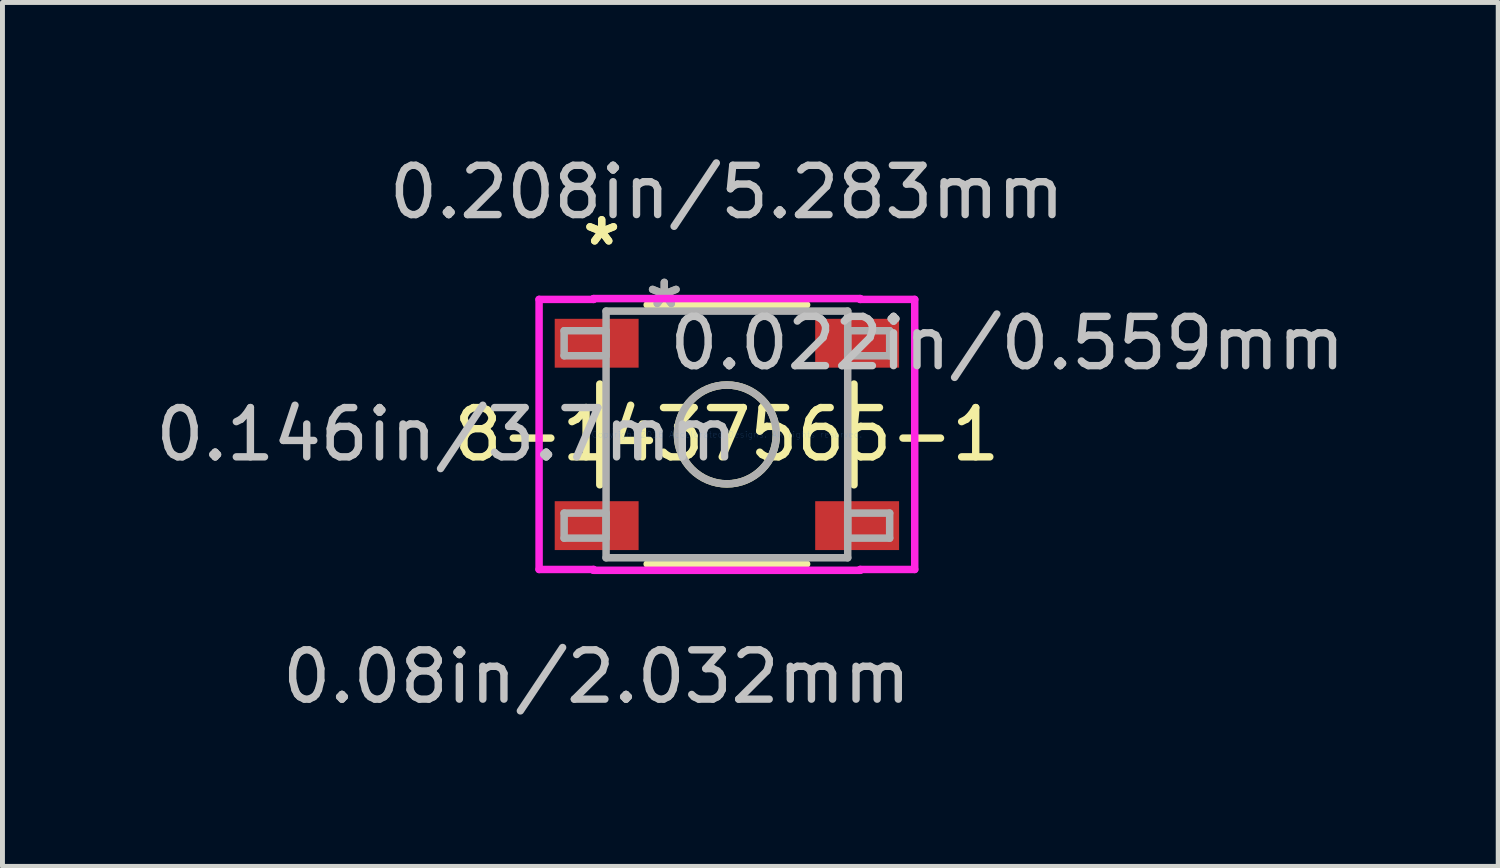
<source format=kicad_pcb>
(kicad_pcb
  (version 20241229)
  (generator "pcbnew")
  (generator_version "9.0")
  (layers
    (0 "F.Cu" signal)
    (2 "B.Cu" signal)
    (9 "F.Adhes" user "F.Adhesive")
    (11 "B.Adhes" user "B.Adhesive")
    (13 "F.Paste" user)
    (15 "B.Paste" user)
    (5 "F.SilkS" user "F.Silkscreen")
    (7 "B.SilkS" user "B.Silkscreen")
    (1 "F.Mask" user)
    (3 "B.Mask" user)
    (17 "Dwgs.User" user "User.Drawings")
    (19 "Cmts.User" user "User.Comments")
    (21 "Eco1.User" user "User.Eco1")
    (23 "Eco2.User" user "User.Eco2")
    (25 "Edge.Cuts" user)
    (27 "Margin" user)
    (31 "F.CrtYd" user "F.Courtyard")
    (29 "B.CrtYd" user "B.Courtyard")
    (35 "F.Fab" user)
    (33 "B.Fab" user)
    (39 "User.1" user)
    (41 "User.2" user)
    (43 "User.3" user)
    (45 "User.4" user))
  (footprint "8-1437565-1"
    (layer "F.Cu")
    (at 11.696 5.763)
    (property "Reference" "8-1437565-1" (at 0 0 0) (layer "F.SilkS") (effects (font (size 1 1) (thickness 0.15))))
    (attr through_hole)
    (fp_line (start -2.578 -1.022) (end -2.578 1.022) (stroke (width 0.152) (type solid)) (layer "F.SilkS"))
    (fp_line (start -1.617 2.629) (end 1.617 2.629) (stroke (width 0.152) (type solid)) (layer "F.SilkS"))
    (fp_line (start 1.617 -2.629) (end -1.617 -2.629) (stroke (width 0.152) (type solid)) (layer "F.SilkS"))
    (fp_line (start 2.578 1.022) (end 2.578 -1.022) (stroke (width 0.152) (type solid)) (layer "F.SilkS"))
    (fp_circle (center 0 0) (end 1.003 0) (stroke (width 0.152) (type solid)) (fill no) (layer "F.SilkS"))
    (fp_line (start -3.81 -2.739) (end -2.705 -2.739) (stroke (width 0.152) (type solid)) (layer "F.CrtYd"))
    (fp_line (start -3.81 2.739) (end -3.81 -2.739) (stroke (width 0.152) (type solid)) (layer "F.CrtYd"))
    (fp_line (start -2.705 -2.756) (end 2.705 -2.756) (stroke (width 0.152) (type solid)) (layer "F.CrtYd"))
    (fp_line (start -2.705 -2.739) (end -2.705 -2.756) (stroke (width 0.152) (type solid)) (layer "F.CrtYd"))
    (fp_line (start -2.705 2.739) (end -3.81 2.739) (stroke (width 0.152) (type solid)) (layer "F.CrtYd"))
    (fp_line (start -2.705 2.756) (end -2.705 2.739) (stroke (width 0.152) (type solid)) (layer "F.CrtYd"))
    (fp_line (start 2.705 -2.756) (end 2.705 -2.739) (stroke (width 0.152) (type solid)) (layer "F.CrtYd"))
    (fp_line (start 2.705 -2.739) (end 3.81 -2.739) (stroke (width 0.152) (type solid)) (layer "F.CrtYd"))
    (fp_line (start 2.705 2.739) (end 2.705 2.756) (stroke (width 0.152) (type solid)) (layer "F.CrtYd"))
    (fp_line (start 2.705 2.756) (end -2.705 2.756) (stroke (width 0.152) (type solid)) (layer "F.CrtYd"))
    (fp_line (start 3.81 -2.739) (end 3.81 2.739) (stroke (width 0.152) (type solid)) (layer "F.CrtYd"))
    (fp_line (start 3.81 2.739) (end 2.705 2.739) (stroke (width 0.152) (type solid)) (layer "F.CrtYd"))
    (fp_line (start -3.302 -2.104) (end -3.302 -1.596) (stroke (width 0.152) (type solid)) (layer "F.Fab"))
    (fp_line (start -3.302 -1.596) (end -2.451 -1.596) (stroke (width 0.152) (type solid)) (layer "F.Fab"))
    (fp_line (start -3.302 1.596) (end -3.302 2.104) (stroke (width 0.152) (type solid)) (layer "F.Fab"))
    (fp_line (start -3.302 2.104) (end -2.451 2.104) (stroke (width 0.152) (type solid)) (layer "F.Fab"))
    (fp_line (start -2.451 -2.502) (end -2.451 2.502) (stroke (width 0.152) (type solid)) (layer "F.Fab"))
    (fp_line (start -2.451 -2.104) (end -3.302 -2.104) (stroke (width 0.152) (type solid)) (layer "F.Fab"))
    (fp_line (start -2.451 -1.596) (end -2.451 -2.104) (stroke (width 0.152) (type solid)) (layer "F.Fab"))
    (fp_line (start -2.451 1.596) (end -3.302 1.596) (stroke (width 0.152) (type solid)) (layer "F.Fab"))
    (fp_line (start -2.451 2.104) (end -2.451 1.596) (stroke (width 0.152) (type solid)) (layer "F.Fab"))
    (fp_line (start -2.451 2.502) (end 2.451 2.502) (stroke (width 0.152) (type solid)) (layer "F.Fab"))
    (fp_line (start 2.451 -2.502) (end -2.451 -2.502) (stroke (width 0.152) (type solid)) (layer "F.Fab"))
    (fp_line (start 2.451 -2.104) (end 2.451 -1.596) (stroke (width 0.152) (type solid)) (layer "F.Fab"))
    (fp_line (start 2.451 -1.596) (end 3.302 -1.596) (stroke (width 0.152) (type solid)) (layer "F.Fab"))
    (fp_line (start 2.451 1.596) (end 2.451 2.104) (stroke (width 0.152) (type solid)) (layer "F.Fab"))
    (fp_line (start 2.451 2.104) (end 3.302 2.104) (stroke (width 0.152) (type solid)) (layer "F.Fab"))
    (fp_line (start 2.451 2.502) (end 2.451 -2.502) (stroke (width 0.152) (type solid)) (layer "F.Fab"))
    (fp_line (start 3.302 -2.104) (end 2.451 -2.104) (stroke (width 0.152) (type solid)) (layer "F.Fab"))
    (fp_line (start 3.302 -1.596) (end 3.302 -2.104) (stroke (width 0.152) (type solid)) (layer "F.Fab"))
    (fp_line (start 3.302 1.596) (end 2.451 1.596) (stroke (width 0.152) (type solid)) (layer "F.Fab"))
    (fp_line (start 3.302 2.104) (end 3.302 1.596) (stroke (width 0.152) (type solid)) (layer "F.Fab"))
    (fp_circle (center 0 0) (end 1.003 0) (stroke (width 0.152) (type solid)) (fill no) (layer "F.Fab"))
    (fp_text user "*" (at -2.54 -3.81 0) (layer "F.SilkS") (effects (font (size 1 1) (thickness 0.15))))
    (fp_text user "*" (at -2.54 -3.81 0) (layer "F.SilkS") (effects (font (size 1 1) (thickness 0.15))))
    (fp_text user "0.146in/3.7mm" (at -5.69 0 0) (layer "Dwgs.User") (effects (font (size 1 1) (thickness 0.15))))
    (fp_text user "0.208in/5.283mm" (at 0 -4.915 0) (layer "Dwgs.User") (effects (font (size 1 1) (thickness 0.15))))
    (fp_text user "0.022in/0.559mm" (at 5.69 -1.85 0) (layer "Dwgs.User") (effects (font (size 1 1) (thickness 0.15))))
    (fp_text user "0.08in/2.032mm" (at -2.642 4.915 0) (layer "Dwgs.User") (effects (font (size 1 1) (thickness 0.15))))
    (fp_text user "Copyright 2016 Accelerated Designs. All rights reserved." (at 0 0 0) (layer "Cmts.User") (effects (font (size 0.127 0.127) (thickness 0.002))))
    (fp_text user "*" (at -1.27 -2.54 0) (layer "F.Fab") (effects (font (size 1 1) (thickness 0.15))))
    (fp_text user "*" (at -1.27 -2.54 0) (layer "F.Fab") (effects (font (size 1 1) (thickness 0.15))))
    (pad "1" smd rect (at -2.642 -1.85) (size 1.702 0.991) (layers "F.Cu" "F.Mask" "F.Paste"))
    (pad "2" smd rect (at 2.642 -1.85) (size 1.702 0.991) (layers "F.Cu" "F.Mask" "F.Paste"))
    (pad "3" smd rect (at -2.642 1.85) (size 1.702 0.991) (layers "F.Cu" "F.Mask" "F.Paste"))
    (pad "4" smd rect (at 2.642 1.85) (size 1.702 0.991) (layers "F.Cu" "F.Mask" "F.Paste")))
  (gr_rect
    (start -3 -3)
    (end 27.343 14.526)
    (stroke (width 0.1) (type default))
    (fill no)
    (layer "Edge.Cuts")))
</source>
